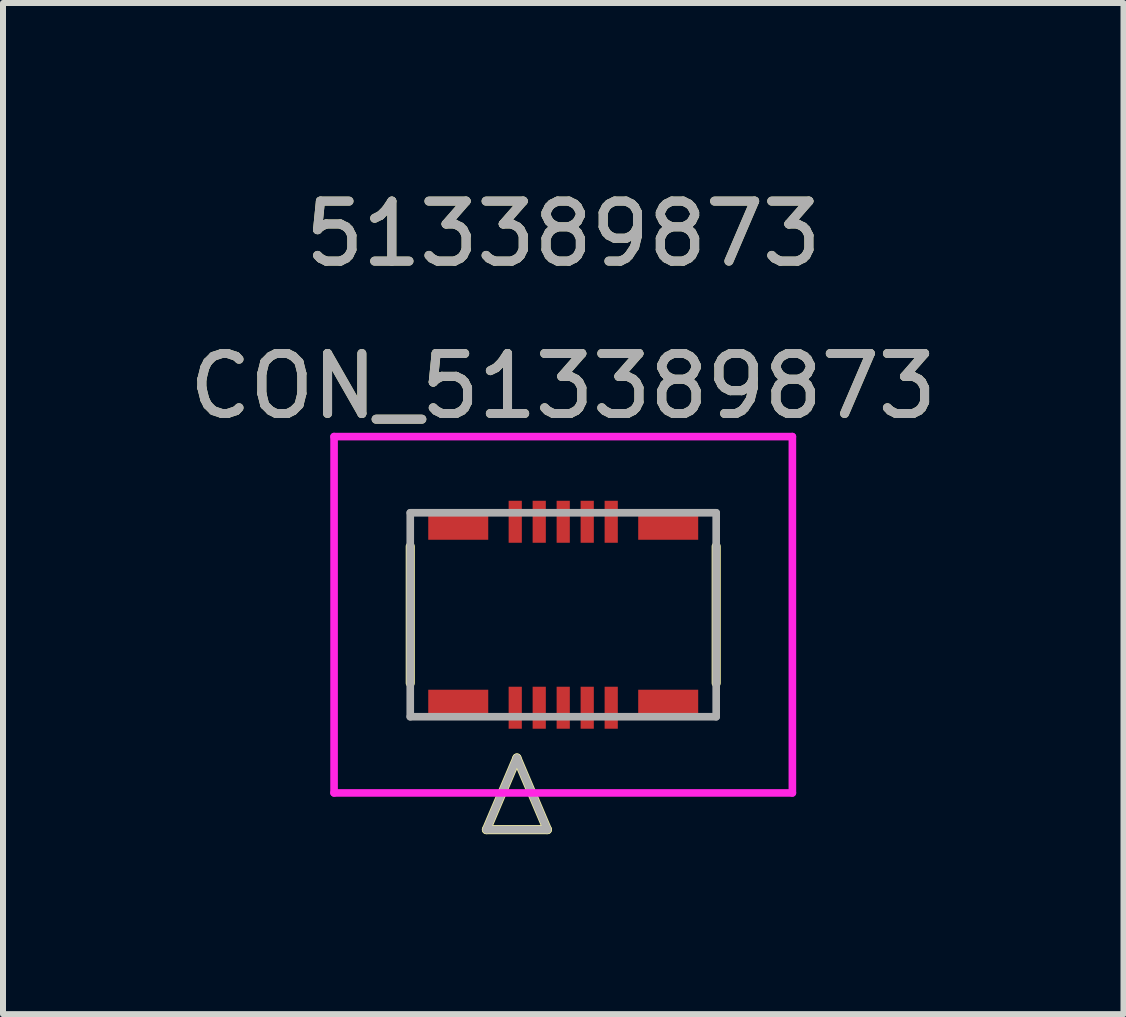
<source format=kicad_pcb>
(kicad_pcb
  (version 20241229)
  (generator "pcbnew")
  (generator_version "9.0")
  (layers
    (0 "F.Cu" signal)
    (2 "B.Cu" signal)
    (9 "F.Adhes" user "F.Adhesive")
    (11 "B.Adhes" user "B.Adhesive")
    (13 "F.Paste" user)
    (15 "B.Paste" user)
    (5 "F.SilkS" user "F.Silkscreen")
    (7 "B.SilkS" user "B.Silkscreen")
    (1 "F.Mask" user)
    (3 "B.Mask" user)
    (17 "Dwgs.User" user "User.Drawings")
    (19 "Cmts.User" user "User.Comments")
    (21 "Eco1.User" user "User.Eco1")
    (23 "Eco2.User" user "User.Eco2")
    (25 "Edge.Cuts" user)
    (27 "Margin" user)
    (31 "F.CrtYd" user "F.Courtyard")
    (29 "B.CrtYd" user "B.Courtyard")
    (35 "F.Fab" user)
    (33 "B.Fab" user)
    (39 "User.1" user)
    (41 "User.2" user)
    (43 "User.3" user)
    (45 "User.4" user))
  (footprint "CON_513389873"
    (layer "F.Cu")
    (at 6.339 7.198)
    (property "Reference" "CON_513389873" (at 0 -3.81 0) (unlocked yes) (layer "F.SilkS") (effects (font (size 1 1) (thickness 0.15))))
    (attr smd)
    (fp_line (start -2.55 -1.139) (end -2.55 1.139) (stroke (width 0.152) (type solid)) (layer "F.SilkS"))
    (fp_line (start -1.28 3.582) (end -0.772 2.388) (stroke (width 0.152) (type solid)) (layer "F.SilkS"))
    (fp_line (start -1.28 3.582) (end -0.264 3.582) (stroke (width 0.152) (type solid)) (layer "F.SilkS"))
    (fp_line (start -0.264 3.582) (end -0.772 2.388) (stroke (width 0.152) (type solid)) (layer "F.SilkS"))
    (fp_line (start 2.55 1.139) (end 2.55 -1.139) (stroke (width 0.152) (type solid)) (layer "F.SilkS"))
    (fp_line (start -3.82 -2.97) (end -3.82 2.97) (stroke (width 0.127) (type solid)) (layer "F.CrtYd"))
    (fp_line (start -3.82 2.97) (end 3.82 2.97) (stroke (width 0.127) (type solid)) (layer "F.CrtYd"))
    (fp_line (start 3.82 -2.97) (end -3.82 -2.97) (stroke (width 0.127) (type solid)) (layer "F.CrtYd"))
    (fp_line (start 3.82 2.97) (end 3.82 -2.97) (stroke (width 0.127) (type solid)) (layer "F.CrtYd"))
    (fp_line (start -2.55 -1.7) (end -2.55 1.7) (stroke (width 0.127) (type solid)) (layer "F.Fab"))
    (fp_line (start -2.55 1.7) (end 2.55 1.7) (stroke (width 0.127) (type solid)) (layer "F.Fab"))
    (fp_line (start -1.28 3.582) (end -0.772 2.388) (stroke (width 0.127) (type solid)) (layer "F.Fab"))
    (fp_line (start -1.28 3.582) (end -0.264 3.582) (stroke (width 0.127) (type solid)) (layer "F.Fab"))
    (fp_line (start -0.264 3.582) (end -0.772 2.388) (stroke (width 0.127) (type solid)) (layer "F.Fab"))
    (fp_line (start 2.55 -1.7) (end -2.55 -1.7) (stroke (width 0.127) (type solid)) (layer "F.Fab"))
    (fp_line (start 2.55 1.7) (end 2.55 -1.7) (stroke (width 0.127) (type solid)) (layer "F.Fab"))
    (fp_text user "513389873" (at 0 -6.35 0) (unlocked yes) (layer "F.SilkS") (effects (font (size 1 1) (thickness 0.15))))
    (fp_text user "513389873" (at 0 -6.35 0) (unlocked yes) (layer "F.Fab") (effects (font (size 1 1) (thickness 0.15))))
    (fp_text user "${REFERENCE}" (at 0 -3.81 0) (unlocked yes) (layer "F.Fab") (effects (font (size 1 1) (thickness 0.15))))
    (pad "1" smd rect (at -0.8 1.55) (size 0.22 0.7) (layers "F.Cu" "F.Mask" "F.Paste"))
    (pad "2" smd rect (at -0.4 1.55) (size 0.22 0.7) (layers "F.Cu" "F.Mask" "F.Paste"))
    (pad "3" smd rect (at 0 1.55) (size 0.22 0.7) (layers "F.Cu" "F.Mask" "F.Paste"))
    (pad "4" smd rect (at 0.4 1.55) (size 0.22 0.7) (layers "F.Cu" "F.Mask" "F.Paste"))
    (pad "5" smd rect (at 0.8 1.55) (size 0.22 0.7) (layers "F.Cu" "F.Mask" "F.Paste"))
    (pad "6" smd rect (at -0.8 -1.55) (size 0.22 0.7) (layers "F.Cu" "F.Mask" "F.Paste"))
    (pad "7" smd rect (at -0.4 -1.55) (size 0.22 0.7) (layers "F.Cu" "F.Mask" "F.Paste"))
    (pad "8" smd rect (at 0 -1.55) (size 0.22 0.7) (layers "F.Cu" "F.Mask" "F.Paste"))
    (pad "9" smd rect (at 0.4 -1.55) (size 0.22 0.7) (layers "F.Cu" "F.Mask" "F.Paste"))
    (pad "10" smd rect (at 0.8 -1.55) (size 0.22 0.7) (layers "F.Cu" "F.Mask" "F.Paste"))
    (pad "P1" smd rect (at -1.75 1.5) (size 1 0.5) (layers "F.Cu" "F.Mask" "F.Paste"))
    (pad "P2" smd rect (at 1.75 1.5) (size 1 0.5) (layers "F.Cu" "F.Mask" "F.Paste"))
    (pad "P3" smd rect (at -1.75 -1.5) (size 1 0.5) (layers "F.Cu" "F.Mask" "F.Paste"))
    (pad "P4" smd rect (at 1.75 -1.5) (size 1 0.5) (layers "F.Cu" "F.Mask" "F.Paste")))
  (gr_rect
    (start -3 -3)
    (end 15.679 13.856)
    (stroke (width 0.1) (type default))
    (fill no)
    (layer "Edge.Cuts")))
</source>
